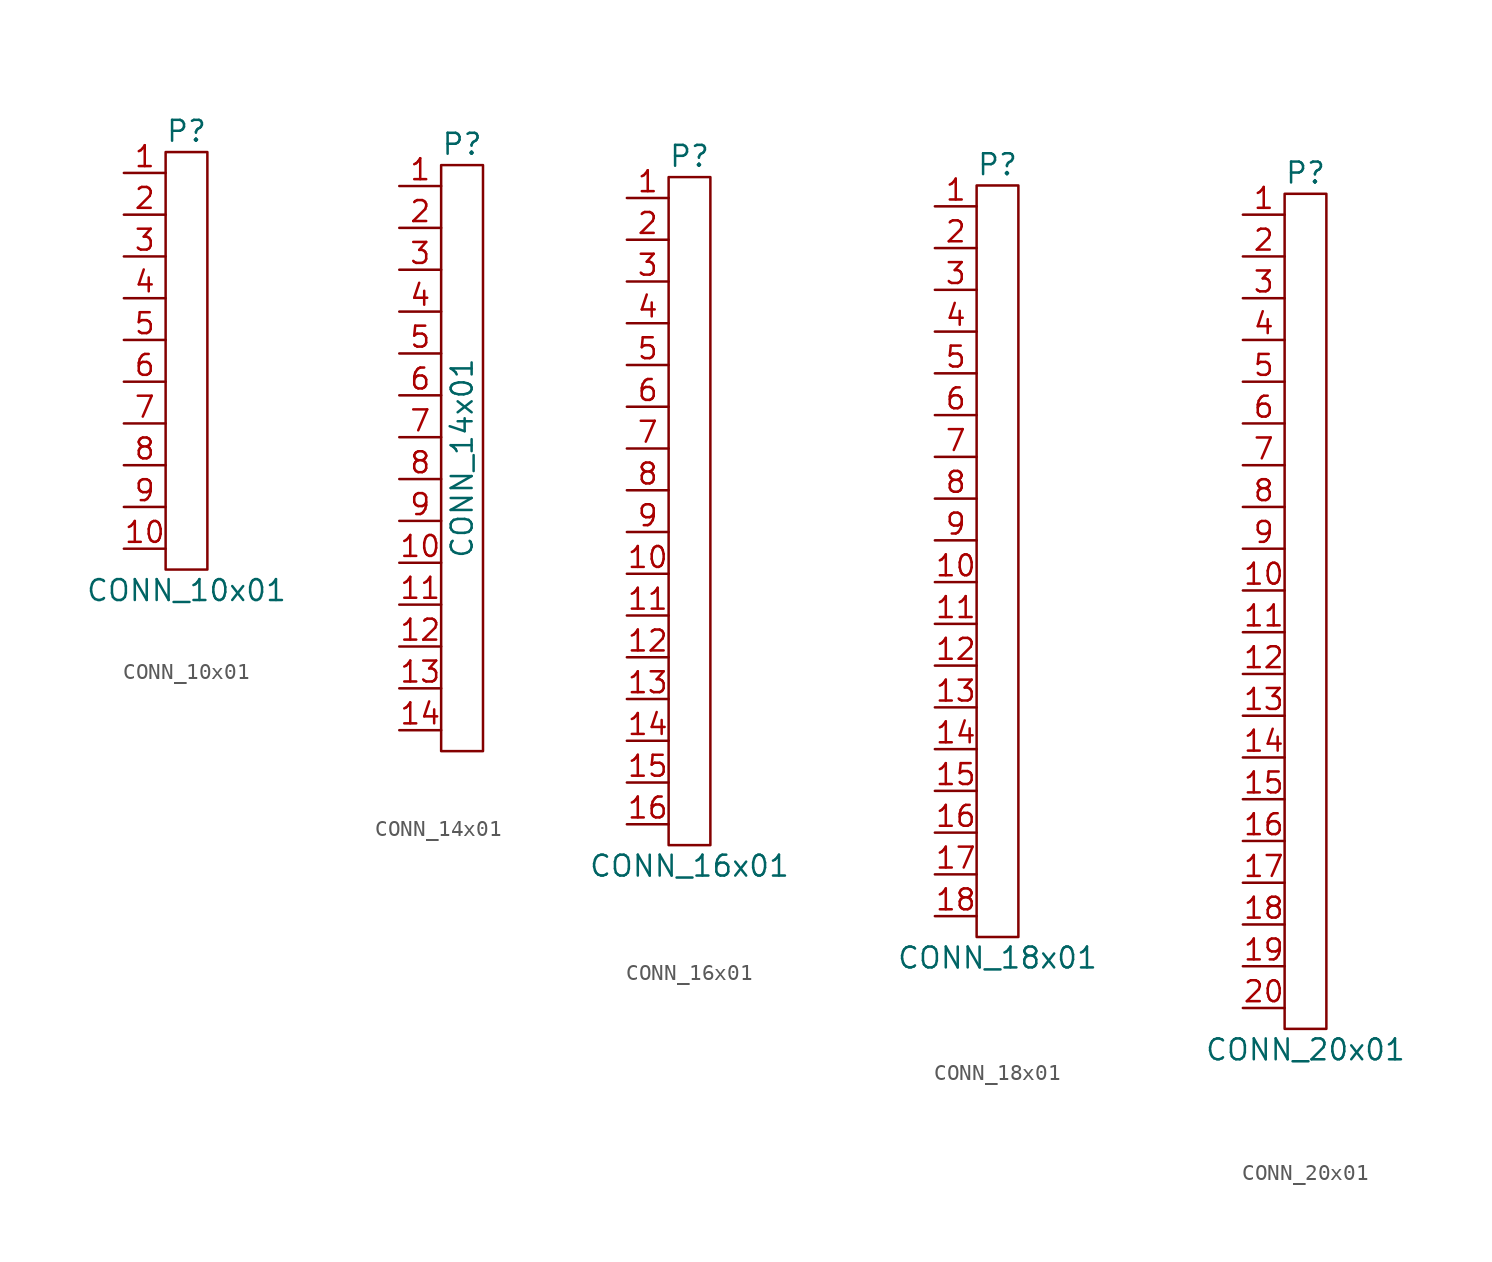
<source format=kicad_sym>
(kicad_symbol_lib
  (version 20220914)
  (generator kicad_symbol_editor)
  (symbol "CONN_10x01"
    (pin_names
      (offset 1.016))
    (property "Reference" "P"
      (at 0 13.97 0)
      (effects (font (size 1.27 1.27))))
    (property "Value" "CONN_10x01"
      (at 0 -13.97 0)
      (effects (font (size 1.27 1.27))))
    (symbol "CONN_10x01_0_1"
      (rectangle (start -1.27 12.7) (end 1.27 -12.7) (stroke (width 0) (type default)) (fill (type none))))
    (symbol "CONN_10x01_1_1"
      (pin unspecified line (at -3.81 11.43 0) (length 2.54) (name "~" (effects (font (size 1.27 1.27)))) (number "1" (effects (font (size 1.27 1.27)))))
      (pin unspecified line (at -3.81 -11.43 0) (length 2.54) (name "~" (effects (font (size 1.27 1.27)))) (number "10" (effects (font (size 1.27 1.27)))))
      (pin unspecified line (at -3.81 8.89 0) (length 2.54) (name "~" (effects (font (size 1.27 1.27)))) (number "2" (effects (font (size 1.27 1.27)))))
      (pin unspecified line (at -3.81 6.35 0) (length 2.54) (name "~" (effects (font (size 1.27 1.27)))) (number "3" (effects (font (size 1.27 1.27)))))
      (pin unspecified line (at -3.81 3.81 0) (length 2.54) (name "~" (effects (font (size 1.27 1.27)))) (number "4" (effects (font (size 1.27 1.27)))))
      (pin unspecified line (at -3.81 1.27 0) (length 2.54) (name "~" (effects (font (size 1.27 1.27)))) (number "5" (effects (font (size 1.27 1.27)))))
      (pin unspecified line (at -3.81 -1.27 0) (length 2.54) (name "~" (effects (font (size 1.27 1.27)))) (number "6" (effects (font (size 1.27 1.27)))))
      (pin unspecified line (at -3.81 -3.81 0) (length 2.54) (name "~" (effects (font (size 1.27 1.27)))) (number "7" (effects (font (size 1.27 1.27)))))
      (pin unspecified line (at -3.81 -6.35 0) (length 2.54) (name "~" (effects (font (size 1.27 1.27)))) (number "8" (effects (font (size 1.27 1.27)))))
      (pin unspecified line (at -3.81 -8.89 0) (length 2.54) (name "~" (effects (font (size 1.27 1.27)))) (number "9" (effects (font (size 1.27 1.27)))))))
  (symbol "CONN_14x01"
    (pin_names
      (offset 1.016))
    (property "Reference" "P"
      (at 1.27 19.05 0)
      (effects (font (size 1.27 1.27))))
    (property "Value" "CONN_14x01"
      (at 1.27 0 90)
      (effects (font (size 1.27 1.27))))
    (symbol "CONN_14x01_0_1"
      (rectangle (start 0 17.78) (end 2.54 -17.78) (stroke (width 0) (type default)) (fill (type none))))
    (symbol "CONN_14x01_1_1"
      (pin unspecified line (at -2.54 16.51 0) (length 2.54) (name "~" (effects (font (size 1.27 1.27)))) (number "1" (effects (font (size 1.27 1.27)))))
      (pin unspecified line (at -2.54 -6.35 0) (length 2.54) (name "~" (effects (font (size 1.27 1.27)))) (number "10" (effects (font (size 1.27 1.27)))))
      (pin unspecified line (at -2.54 -8.89 0) (length 2.54) (name "~" (effects (font (size 1.27 1.27)))) (number "11" (effects (font (size 1.27 1.27)))))
      (pin unspecified line (at -2.54 -11.43 0) (length 2.54) (name "~" (effects (font (size 1.27 1.27)))) (number "12" (effects (font (size 1.27 1.27)))))
      (pin unspecified line (at -2.54 -13.97 0) (length 2.54) (name "~" (effects (font (size 1.27 1.27)))) (number "13" (effects (font (size 1.27 1.27)))))
      (pin unspecified line (at -2.54 -16.51 0) (length 2.54) (name "~" (effects (font (size 1.27 1.27)))) (number "14" (effects (font (size 1.27 1.27)))))
      (pin unspecified line (at -2.54 13.97 0) (length 2.54) (name "~" (effects (font (size 1.27 1.27)))) (number "2" (effects (font (size 1.27 1.27)))))
      (pin unspecified line (at -2.54 11.43 0) (length 2.54) (name "~" (effects (font (size 1.27 1.27)))) (number "3" (effects (font (size 1.27 1.27)))))
      (pin unspecified line (at -2.54 8.89 0) (length 2.54) (name "~" (effects (font (size 1.27 1.27)))) (number "4" (effects (font (size 1.27 1.27)))))
      (pin unspecified line (at -2.54 6.35 0) (length 2.54) (name "~" (effects (font (size 1.27 1.27)))) (number "5" (effects (font (size 1.27 1.27)))))
      (pin unspecified line (at -2.54 3.81 0) (length 2.54) (name "~" (effects (font (size 1.27 1.27)))) (number "6" (effects (font (size 1.27 1.27)))))
      (pin unspecified line (at -2.54 1.27 0) (length 2.54) (name "~" (effects (font (size 1.27 1.27)))) (number "7" (effects (font (size 1.27 1.27)))))
      (pin unspecified line (at -2.54 -1.27 0) (length 2.54) (name "~" (effects (font (size 1.27 1.27)))) (number "8" (effects (font (size 1.27 1.27)))))
      (pin unspecified line (at -2.54 -3.81 0) (length 2.54) (name "~" (effects (font (size 1.27 1.27)))) (number "9" (effects (font (size 1.27 1.27)))))))
  (symbol "CONN_16x01"
    (pin_names
      (offset 1.016))
    (property "Reference" "P"
      (at 0 21.59 0)
      (effects (font (size 1.27 1.27))))
    (property "Value" "CONN_16x01"
      (at 0 -21.59 0)
      (effects (font (size 1.27 1.27))))
    (symbol "CONN_16x01_0_1"
      (rectangle (start -1.27 20.32) (end 1.27 -20.32) (stroke (width 0) (type default)) (fill (type none))))
    (symbol "CONN_16x01_1_1"
      (pin unspecified line (at -3.81 19.05 0) (length 2.54) (name "~" (effects (font (size 1.27 1.27)))) (number "1" (effects (font (size 1.27 1.27)))))
      (pin unspecified line (at -3.81 -3.81 0) (length 2.54) (name "~" (effects (font (size 1.27 1.27)))) (number "10" (effects (font (size 1.27 1.27)))))
      (pin unspecified line (at -3.81 -6.35 0) (length 2.54) (name "~" (effects (font (size 1.27 1.27)))) (number "11" (effects (font (size 1.27 1.27)))))
      (pin unspecified line (at -3.81 -8.89 0) (length 2.54) (name "~" (effects (font (size 1.27 1.27)))) (number "12" (effects (font (size 1.27 1.27)))))
      (pin unspecified line (at -3.81 -11.43 0) (length 2.54) (name "~" (effects (font (size 1.27 1.27)))) (number "13" (effects (font (size 1.27 1.27)))))
      (pin unspecified line (at -3.81 -13.97 0) (length 2.54) (name "~" (effects (font (size 1.27 1.27)))) (number "14" (effects (font (size 1.27 1.27)))))
      (pin unspecified line (at -3.81 -16.51 0) (length 2.54) (name "~" (effects (font (size 1.27 1.27)))) (number "15" (effects (font (size 1.27 1.27)))))
      (pin unspecified line (at -3.81 -19.05 0) (length 2.54) (name "~" (effects (font (size 1.27 1.27)))) (number "16" (effects (font (size 1.27 1.27)))))
      (pin unspecified line (at -3.81 16.51 0) (length 2.54) (name "~" (effects (font (size 1.27 1.27)))) (number "2" (effects (font (size 1.27 1.27)))))
      (pin unspecified line (at -3.81 13.97 0) (length 2.54) (name "~" (effects (font (size 1.27 1.27)))) (number "3" (effects (font (size 1.27 1.27)))))
      (pin unspecified line (at -3.81 11.43 0) (length 2.54) (name "~" (effects (font (size 1.27 1.27)))) (number "4" (effects (font (size 1.27 1.27)))))
      (pin unspecified line (at -3.81 8.89 0) (length 2.54) (name "~" (effects (font (size 1.27 1.27)))) (number "5" (effects (font (size 1.27 1.27)))))
      (pin unspecified line (at -3.81 6.35 0) (length 2.54) (name "~" (effects (font (size 1.27 1.27)))) (number "6" (effects (font (size 1.27 1.27)))))
      (pin unspecified line (at -3.81 3.81 0) (length 2.54) (name "~" (effects (font (size 1.27 1.27)))) (number "7" (effects (font (size 1.27 1.27)))))
      (pin unspecified line (at -3.81 1.27 0) (length 2.54) (name "~" (effects (font (size 1.27 1.27)))) (number "8" (effects (font (size 1.27 1.27)))))
      (pin unspecified line (at -3.81 -1.27 0) (length 2.54) (name "~" (effects (font (size 1.27 1.27)))) (number "9" (effects (font (size 1.27 1.27)))))))
  (symbol "CONN_18x01"
    (pin_names
      (offset 1.016))
    (property "Reference" "P"
      (at 0 24.13 0)
      (effects (font (size 1.27 1.27))))
    (property "Value" "CONN_18x01"
      (at 0 -24.13 0)
      (effects (font (size 1.27 1.27))))
    (symbol "CONN_18x01_0_1"
      (rectangle (start -1.27 22.86) (end 1.27 -22.86) (stroke (width 0) (type default)) (fill (type none))))
    (symbol "CONN_18x01_1_1"
      (pin unspecified line (at -3.81 21.59 0) (length 2.54) (name "~" (effects (font (size 1.27 1.27)))) (number "1" (effects (font (size 1.27 1.27)))))
      (pin unspecified line (at -3.81 -1.27 0) (length 2.54) (name "~" (effects (font (size 1.27 1.27)))) (number "10" (effects (font (size 1.27 1.27)))))
      (pin unspecified line (at -3.81 -3.81 0) (length 2.54) (name "~" (effects (font (size 1.27 1.27)))) (number "11" (effects (font (size 1.27 1.27)))))
      (pin unspecified line (at -3.81 -6.35 0) (length 2.54) (name "~" (effects (font (size 1.27 1.27)))) (number "12" (effects (font (size 1.27 1.27)))))
      (pin unspecified line (at -3.81 -8.89 0) (length 2.54) (name "~" (effects (font (size 1.27 1.27)))) (number "13" (effects (font (size 1.27 1.27)))))
      (pin unspecified line (at -3.81 -11.43 0) (length 2.54) (name "~" (effects (font (size 1.27 1.27)))) (number "14" (effects (font (size 1.27 1.27)))))
      (pin unspecified line (at -3.81 -13.97 0) (length 2.54) (name "~" (effects (font (size 1.27 1.27)))) (number "15" (effects (font (size 1.27 1.27)))))
      (pin unspecified line (at -3.81 -16.51 0) (length 2.54) (name "~" (effects (font (size 1.27 1.27)))) (number "16" (effects (font (size 1.27 1.27)))))
      (pin unspecified line (at -3.81 -19.05 0) (length 2.54) (name "~" (effects (font (size 1.27 1.27)))) (number "17" (effects (font (size 1.27 1.27)))))
      (pin unspecified line (at -3.81 -21.59 0) (length 2.54) (name "~" (effects (font (size 1.27 1.27)))) (number "18" (effects (font (size 1.27 1.27)))))
      (pin unspecified line (at -3.81 19.05 0) (length 2.54) (name "~" (effects (font (size 1.27 1.27)))) (number "2" (effects (font (size 1.27 1.27)))))
      (pin unspecified line (at -3.81 16.51 0) (length 2.54) (name "~" (effects (font (size 1.27 1.27)))) (number "3" (effects (font (size 1.27 1.27)))))
      (pin unspecified line (at -3.81 13.97 0) (length 2.54) (name "~" (effects (font (size 1.27 1.27)))) (number "4" (effects (font (size 1.27 1.27)))))
      (pin unspecified line (at -3.81 11.43 0) (length 2.54) (name "~" (effects (font (size 1.27 1.27)))) (number "5" (effects (font (size 1.27 1.27)))))
      (pin unspecified line (at -3.81 8.89 0) (length 2.54) (name "~" (effects (font (size 1.27 1.27)))) (number "6" (effects (font (size 1.27 1.27)))))
      (pin unspecified line (at -3.81 6.35 0) (length 2.54) (name "~" (effects (font (size 1.27 1.27)))) (number "7" (effects (font (size 1.27 1.27)))))
      (pin unspecified line (at -3.81 3.81 0) (length 2.54) (name "~" (effects (font (size 1.27 1.27)))) (number "8" (effects (font (size 1.27 1.27)))))
      (pin unspecified line (at -3.81 1.27 0) (length 2.54) (name "~" (effects (font (size 1.27 1.27)))) (number "9" (effects (font (size 1.27 1.27)))))))
  (symbol "CONN_20x01"
    (pin_names
      (offset 1.016))
    (property "Reference" "P"
      (at 0 26.67 0)
      (effects (font (size 1.27 1.27))))
    (property "Value" "CONN_20x01"
      (at 0 -26.67 0)
      (effects (font (size 1.27 1.27))))
    (symbol "CONN_20x01_0_1"
      (rectangle (start -1.27 25.4) (end 1.27 -25.4) (stroke (width 0) (type default)) (fill (type none))))
    (symbol "CONN_20x01_1_1"
      (pin unspecified line (at -3.81 24.13 0) (length 2.54) (name "~" (effects (font (size 1.27 1.27)))) (number "1" (effects (font (size 1.27 1.27)))))
      (pin unspecified line (at -3.81 1.27 0) (length 2.54) (name "~" (effects (font (size 1.27 1.27)))) (number "10" (effects (font (size 1.27 1.27)))))
      (pin unspecified line (at -3.81 -1.27 0) (length 2.54) (name "~" (effects (font (size 1.27 1.27)))) (number "11" (effects (font (size 1.27 1.27)))))
      (pin unspecified line (at -3.81 -3.81 0) (length 2.54) (name "~" (effects (font (size 1.27 1.27)))) (number "12" (effects (font (size 1.27 1.27)))))
      (pin unspecified line (at -3.81 -6.35 0) (length 2.54) (name "~" (effects (font (size 1.27 1.27)))) (number "13" (effects (font (size 1.27 1.27)))))
      (pin unspecified line (at -3.81 -8.89 0) (length 2.54) (name "~" (effects (font (size 1.27 1.27)))) (number "14" (effects (font (size 1.27 1.27)))))
      (pin unspecified line (at -3.81 -11.43 0) (length 2.54) (name "~" (effects (font (size 1.27 1.27)))) (number "15" (effects (font (size 1.27 1.27)))))
      (pin unspecified line (at -3.81 -13.97 0) (length 2.54) (name "~" (effects (font (size 1.27 1.27)))) (number "16" (effects (font (size 1.27 1.27)))))
      (pin unspecified line (at -3.81 -16.51 0) (length 2.54) (name "~" (effects (font (size 1.27 1.27)))) (number "17" (effects (font (size 1.27 1.27)))))
      (pin unspecified line (at -3.81 -19.05 0) (length 2.54) (name "~" (effects (font (size 1.27 1.27)))) (number "18" (effects (font (size 1.27 1.27)))))
      (pin unspecified line (at -3.81 -21.59 0) (length 2.54) (name "~" (effects (font (size 1.27 1.27)))) (number "19" (effects (font (size 1.27 1.27)))))
      (pin unspecified line (at -3.81 21.59 0) (length 2.54) (name "~" (effects (font (size 1.27 1.27)))) (number "2" (effects (font (size 1.27 1.27)))))
      (pin unspecified line (at -3.81 -24.13 0) (length 2.54) (name "~" (effects (font (size 1.27 1.27)))) (number "20" (effects (font (size 1.27 1.27)))))
      (pin unspecified line (at -3.81 19.05 0) (length 2.54) (name "~" (effects (font (size 1.27 1.27)))) (number "3" (effects (font (size 1.27 1.27)))))
      (pin unspecified line (at -3.81 16.51 0) (length 2.54) (name "~" (effects (font (size 1.27 1.27)))) (number "4" (effects (font (size 1.27 1.27)))))
      (pin unspecified line (at -3.81 13.97 0) (length 2.54) (name "~" (effects (font (size 1.27 1.27)))) (number "5" (effects (font (size 1.27 1.27)))))
      (pin unspecified line (at -3.81 11.43 0) (length 2.54) (name "~" (effects (font (size 1.27 1.27)))) (number "6" (effects (font (size 1.27 1.27)))))
      (pin unspecified line (at -3.81 8.89 0) (length 2.54) (name "~" (effects (font (size 1.27 1.27)))) (number "7" (effects (font (size 1.27 1.27)))))
      (pin unspecified line (at -3.81 6.35 0) (length 2.54) (name "~" (effects (font (size 1.27 1.27)))) (number "8" (effects (font (size 1.27 1.27)))))
      (pin unspecified line (at -3.81 3.81 0) (length 2.54) (name "~" (effects (font (size 1.27 1.27)))) (number "9" (effects (font (size 1.27 1.27))))))))
</source>
